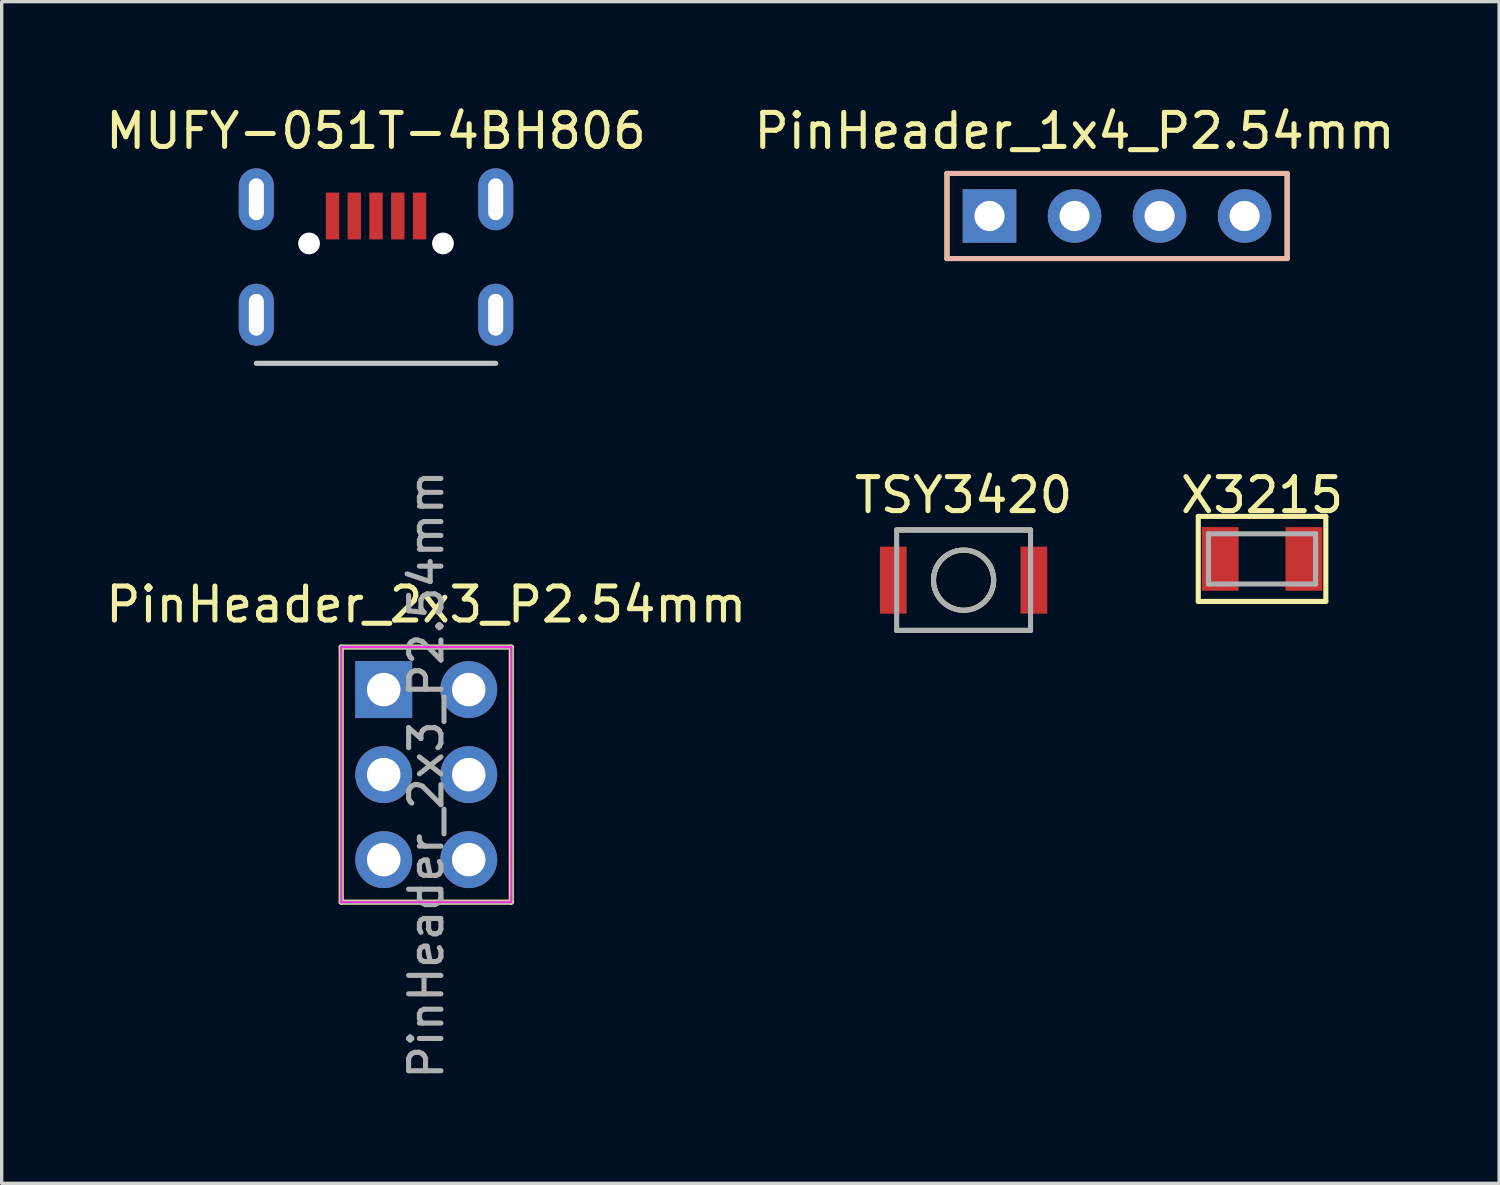
<source format=kicad_pcb>
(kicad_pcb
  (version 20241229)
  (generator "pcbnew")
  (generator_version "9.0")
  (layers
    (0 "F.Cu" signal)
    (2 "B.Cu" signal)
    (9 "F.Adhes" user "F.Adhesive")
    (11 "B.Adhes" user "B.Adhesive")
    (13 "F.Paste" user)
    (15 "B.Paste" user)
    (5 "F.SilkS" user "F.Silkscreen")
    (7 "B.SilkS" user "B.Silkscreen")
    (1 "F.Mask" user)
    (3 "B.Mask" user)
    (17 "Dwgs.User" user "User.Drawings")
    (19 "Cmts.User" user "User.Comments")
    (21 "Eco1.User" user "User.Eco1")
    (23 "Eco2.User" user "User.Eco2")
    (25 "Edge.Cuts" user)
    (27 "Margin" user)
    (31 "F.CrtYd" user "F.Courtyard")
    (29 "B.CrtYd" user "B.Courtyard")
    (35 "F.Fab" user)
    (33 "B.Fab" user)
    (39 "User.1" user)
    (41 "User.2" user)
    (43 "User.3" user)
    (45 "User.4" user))
  (footprint "X3215"
    (layer "F.Cu")
    (at 34.648 13.645)
    (property "Reference" "X3215" (at 0 -1.905 0) (layer "F.SilkS") (effects (font (size 1.016 1.016) (thickness 0.152))))
    (attr through_hole)
    (fp_line (start -1.905 -1.27) (end 1.905 -1.27) (stroke (width 0.152) (type solid)) (layer "F.SilkS"))
    (fp_line (start -1.905 1.27) (end -1.905 -1.27) (stroke (width 0.152) (type solid)) (layer "F.SilkS"))
    (fp_line (start 1.905 -1.27) (end 1.905 1.27) (stroke (width 0.152) (type solid)) (layer "F.SilkS"))
    (fp_line (start 1.905 1.27) (end -1.905 1.27) (stroke (width 0.152) (type solid)) (layer "F.SilkS"))
    (fp_line (start -1.6 -0.75) (end -1.6 0.75) (stroke (width 0.152) (type solid)) (layer "F.Fab"))
    (fp_line (start -1.6 0.75) (end 1.6 0.75) (stroke (width 0.152) (type solid)) (layer "F.Fab"))
    (fp_line (start 1.6 -0.75) (end -1.6 -0.75) (stroke (width 0.152) (type solid)) (layer "F.Fab"))
    (fp_line (start 1.6 0.75) (end 1.6 -0.75) (stroke (width 0.152) (type solid)) (layer "F.Fab"))
    (pad "1" smd rect (at -1.25 0) (size 1.1 1.9) (layers "F.Cu" "F.Mask" "F.Paste"))
    (pad "2" smd rect (at 1.25 0) (size 1.1 1.9) (layers "F.Cu" "F.Mask" "F.Paste")))
  (footprint "PinHeader_1x4_P2.54mm"
    (layer "F.Cu")
    (at 26.507 3.402)
    (property "Reference" "PinHeader_1x4_P2.54mm" (at 2.54 -2.54 0) (layer "F.SilkS") (effects (font (size 1.016 1.016) (thickness 0.152))))
    (attr through_hole)
    (fp_line (start -1.27 -1.27) (end -1.27 1.27) (stroke (width 0.152) (type solid)) (layer "F.SilkS"))
    (fp_line (start -1.27 1.27) (end 8.89 1.27) (stroke (width 0.152) (type solid)) (layer "F.SilkS"))
    (fp_line (start 8.89 -1.27) (end -1.27 -1.27) (stroke (width 0.152) (type solid)) (layer "F.SilkS"))
    (fp_line (start 8.89 1.27) (end 8.89 -1.27) (stroke (width 0.152) (type solid)) (layer "F.SilkS"))
    (fp_line (start -1.27 -1.27) (end -1.27 1.27) (stroke (width 0.152) (type solid)) (layer "B.SilkS"))
    (fp_line (start -1.27 1.27) (end 8.89 1.27) (stroke (width 0.152) (type solid)) (layer "B.SilkS"))
    (fp_line (start 8.89 -1.27) (end -1.27 -1.27) (stroke (width 0.152) (type solid)) (layer "B.SilkS"))
    (fp_line (start 8.89 1.27) (end 8.89 -1.27) (stroke (width 0.152) (type solid)) (layer "B.SilkS"))
    (pad "1" thru_hole rect (at 0 0) (size 1.6 1.6) (drill 0.9) (layers "*.Cu" "*.Mask"))
    (pad "2" thru_hole circle (at 2.54 0) (size 1.6 1.6) (drill 0.9) (layers "*.Cu" "*.Mask"))
    (pad "3" thru_hole circle (at 5.08 0) (size 1.6 1.6) (drill 0.9) (layers "*.Cu" "*.Mask"))
    (pad "4" thru_hole circle (at 7.62 0) (size 1.6 1.6) (drill 0.9) (layers "*.Cu" "*.Mask")))
  (footprint "PinHeader_2x3_P2.54mm"
    (layer "F.Cu")
    (at 8.412 17.548)
    (property "Reference" "PinHeader_2x3_P2.54mm" (at 1.27 -2.54 0) (layer "F.SilkS") (effects (font (size 1.016 1.016) (thickness 0.152))))
    (attr through_hole)
    (fp_line (start -1.27 -1.27) (end -1.27 6.35) (stroke (width 0.152) (type solid)) (layer "F.SilkS"))
    (fp_line (start -1.27 -1.27) (end 3.81 -1.27) (stroke (width 0.152) (type solid)) (layer "F.SilkS"))
    (fp_line (start -1.27 6.35) (end 3.81 6.35) (stroke (width 0.152) (type solid)) (layer "F.SilkS"))
    (fp_line (start 3.81 -1.27) (end 3.81 6.35) (stroke (width 0.152) (type solid)) (layer "F.SilkS"))
    (fp_line (start -1.27 -1.27) (end -1.27 6.35) (stroke (width 0.051) (type solid)) (layer "F.CrtYd"))
    (fp_line (start -1.27 6.35) (end 3.81 6.35) (stroke (width 0.051) (type solid)) (layer "F.CrtYd"))
    (fp_line (start 3.81 -1.27) (end -1.27 -1.27) (stroke (width 0.051) (type solid)) (layer "F.CrtYd"))
    (fp_line (start 3.81 6.35) (end 3.81 -1.27) (stroke (width 0.051) (type solid)) (layer "F.CrtYd"))
    (fp_line (start -1.27 -1.27) (end 3.81 -1.27) (stroke (width 0.102) (type solid)) (layer "F.Fab"))
    (fp_line (start -1.27 6.35) (end -1.27 -1.27) (stroke (width 0.102) (type solid)) (layer "F.Fab"))
    (fp_line (start 3.81 -1.27) (end 3.81 6.35) (stroke (width 0.102) (type solid)) (layer "F.Fab"))
    (fp_line (start 3.81 6.35) (end -1.27 6.35) (stroke (width 0.102) (type solid)) (layer "F.Fab"))
    (fp_text user "${REFERENCE}" (at 1.27 2.54 90) (layer "F.Fab") (effects (font (size 0.965 0.965) (thickness 0.152))))
    (pad "1" thru_hole rect (at 0 0) (size 1.7 1.7) (drill 1) (layers "*.Cu" "*.Mask"))
    (pad "2" thru_hole oval (at 2.54 0) (size 1.7 1.7) (drill 1) (layers "*.Cu" "*.Mask"))
    (pad "3" thru_hole oval (at 0 2.54) (size 1.7 1.7) (drill 1) (layers "*.Cu" "*.Mask"))
    (pad "4" thru_hole oval (at 2.54 2.54) (size 1.7 1.7) (drill 1) (layers "*.Cu" "*.Mask"))
    (pad "5" thru_hole oval (at 0 5.08) (size 1.7 1.7) (drill 1) (layers "*.Cu" "*.Mask"))
    (pad "6" thru_hole oval (at 2.54 5.08) (size 1.7 1.7) (drill 1) (layers "*.Cu" "*.Mask")))
  (footprint "MUFY-051T-4BH806"
    (layer "F.Cu")
    (at 8.182 3.402)
    (property "Reference" "MUFY-051T-4BH806" (at 0 -2.54 0) (layer "F.SilkS") (effects (font (size 1.016 1.016) (thickness 0.152))))
    (attr through_hole)
    (fp_line (start -3.575 4.4) (end 3.575 4.4) (stroke (width 0.152) (type solid)) (layer "Dwgs.User"))
    (pad "" np_thru_hole circle (at -2 0.82) (size 0.65 0.65) (drill 0.65) (layers "*.Cu" "*.Mask"))
    (pad "" np_thru_hole circle (at 2 0.82) (size 0.65 0.65) (drill 0.65) (layers "*.Cu" "*.Mask"))
    (pad "1" smd rect (at -1.3 0) (size 0.4 1.4) (layers "F.Cu" "F.Mask" "F.Paste"))
    (pad "2" smd rect (at -0.65 0) (size 0.4 1.4) (layers "F.Cu" "F.Mask" "F.Paste"))
    (pad "3" smd rect (at 0 0) (size 0.4 1.4) (layers "F.Cu" "F.Mask" "F.Paste"))
    (pad "4" smd rect (at 0.65 0) (size 0.4 1.4) (layers "F.Cu" "F.Mask" "F.Paste"))
    (pad "5" smd rect (at 1.3 0) (size 0.4 1.4) (layers "F.Cu" "F.Mask" "F.Paste"))
    (pad "SH" thru_hole oval (at -3.575 -0.5) (size 1.05 1.85) (drill oval 0.45 1.25) (layers "*.Cu" "*.Mask"))
    (pad "SH" thru_hole oval (at -3.575 2.95) (size 1.05 1.85) (drill oval 0.45 1.25) (layers "*.Cu" "*.Mask"))
    (pad "SH" thru_hole oval (at 3.575 -0.5) (size 1.05 1.85) (drill oval 0.45 1.25) (layers "*.Cu" "*.Mask"))
    (pad "SH" thru_hole oval (at 3.575 2.95) (size 1.05 1.85) (drill oval 0.45 1.25) (layers "*.Cu" "*.Mask")))
  (footprint "TSY3420"
    (layer "F.Cu")
    (at 25.733 14.28)
    (property "Reference" "TSY3420" (at 0 -2.54 0) (layer "F.SilkS") (effects (font (size 1.016 1.016) (thickness 0.152))))
    (attr smd)
    (fp_line (start 2 -1.5) (end -2 -1.5) (stroke (width 0.152) (type solid)) (layer "F.SilkS"))
    (fp_line (start 2 1.5) (end -2 1.5) (stroke (width 0.152) (type solid)) (layer "F.SilkS"))
    (fp_circle (center 0 0) (end 0.635 -0.635) (stroke (width 0.152) (type solid)) (fill no) (layer "F.SilkS"))
    (fp_line (start -2 -1.5) (end -2 1.5) (stroke (width 0.152) (type solid)) (layer "F.Fab"))
    (fp_line (start -2 1.5) (end 2 1.5) (stroke (width 0.152) (type solid)) (layer "F.Fab"))
    (fp_line (start 2 -1.5) (end -2 -1.5) (stroke (width 0.152) (type solid)) (layer "F.Fab"))
    (fp_line (start 2 1.5) (end 2 -1.5) (stroke (width 0.152) (type solid)) (layer "F.Fab"))
    (fp_circle (center 0 0) (end 0.9 0) (stroke (width 0.152) (type solid)) (fill no) (layer "F.Fab"))
    (pad "1" smd rect (at -2.1 0) (size 0.8 2) (layers "F.Cu" "F.Mask" "F.Paste"))
    (pad "2" smd rect (at 2.1 0) (size 0.8 2) (layers "F.Cu" "F.Mask" "F.Paste")))
  (gr_rect
    (start -3 -3)
    (end 41.729 32.297)
    (stroke (width 0.1) (type default))
    (fill no)
    (layer "Edge.Cuts")))
</source>
